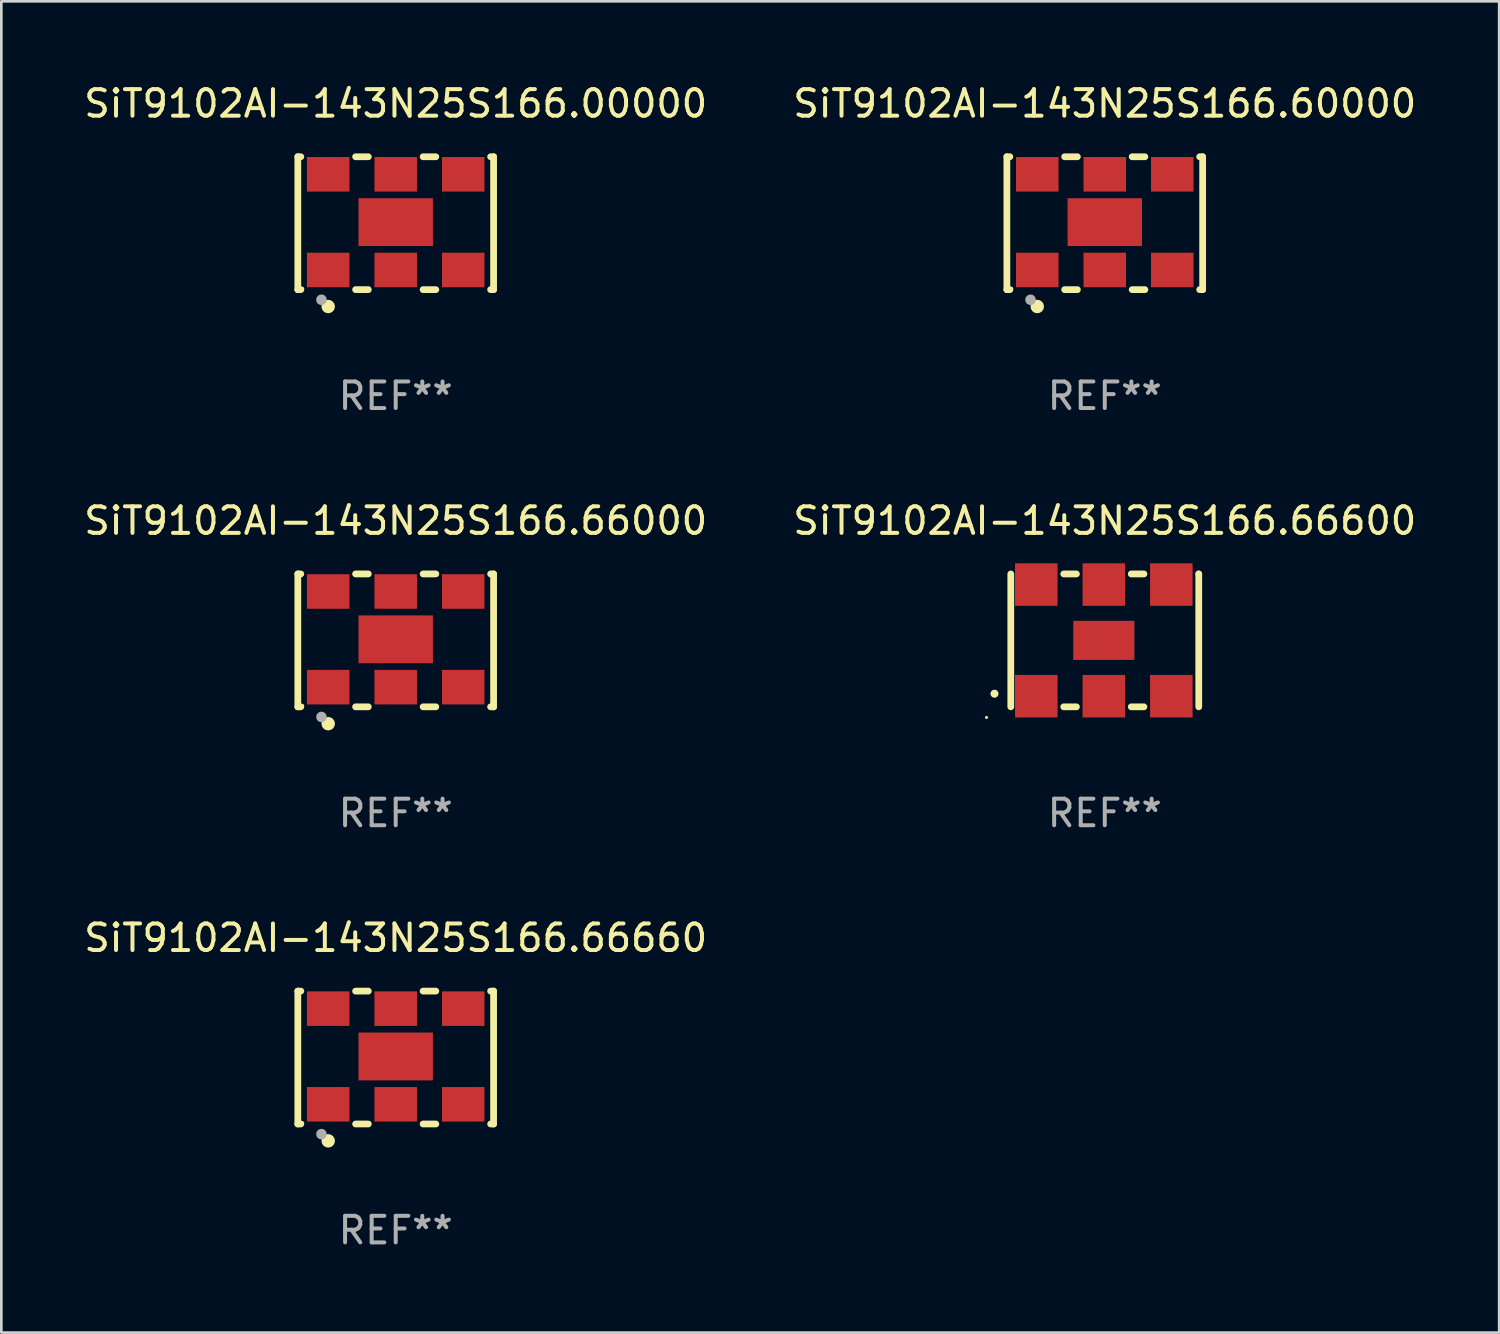
<source format=kicad_pcb>
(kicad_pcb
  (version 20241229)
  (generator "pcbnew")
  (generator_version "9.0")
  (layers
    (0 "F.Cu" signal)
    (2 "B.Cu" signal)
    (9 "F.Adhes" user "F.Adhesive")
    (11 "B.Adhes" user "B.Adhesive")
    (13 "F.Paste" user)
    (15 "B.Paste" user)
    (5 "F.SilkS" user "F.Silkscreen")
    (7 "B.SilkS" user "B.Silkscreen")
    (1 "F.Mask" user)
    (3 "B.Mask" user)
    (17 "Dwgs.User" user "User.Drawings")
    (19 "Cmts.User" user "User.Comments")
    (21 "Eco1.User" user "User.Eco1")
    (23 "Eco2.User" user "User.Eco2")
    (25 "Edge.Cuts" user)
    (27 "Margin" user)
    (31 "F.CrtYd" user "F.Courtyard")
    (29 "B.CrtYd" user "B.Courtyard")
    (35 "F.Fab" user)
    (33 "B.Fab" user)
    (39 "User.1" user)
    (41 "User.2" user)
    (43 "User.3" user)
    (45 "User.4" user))
  (footprint "SiT9102AI-143N25S166.60000"
    (layer "F.Cu")
    (at 38.518 5.348)
    (property "Reference" "SiT9102AI-143N25S166.60000" (at 0 -4.5 0) (layer "F.SilkS") (effects (font (size 1 1) (thickness 0.15))))
    (attr through_hole)
    (fp_line (start -3.683 -2.5) (end -3.571 -2.5) (stroke (width 0.254) (type solid)) (layer "F.SilkS"))
    (fp_line (start -3.683 2.5) (end -3.683 -2.5) (stroke (width 0.254) (type solid)) (layer "F.SilkS"))
    (fp_line (start -3.683 2.5) (end -3.571 2.5) (stroke (width 0.254) (type solid)) (layer "F.SilkS"))
    (fp_line (start -1.509 -2.5) (end -1.031 -2.5) (stroke (width 0.254) (type solid)) (layer "F.SilkS"))
    (fp_line (start -1.509 2.5) (end -1.031 2.5) (stroke (width 0.254) (type solid)) (layer "F.SilkS"))
    (fp_line (start 1.031 -2.5) (end 1.509 -2.5) (stroke (width 0.254) (type solid)) (layer "F.SilkS"))
    (fp_line (start 1.031 2.5) (end 1.509 2.5) (stroke (width 0.254) (type solid)) (layer "F.SilkS"))
    (fp_line (start 3.571 -2.5) (end 3.683 -2.5) (stroke (width 0.254) (type solid)) (layer "F.SilkS"))
    (fp_line (start 3.571 2.5) (end 3.683 2.5) (stroke (width 0.254) (type solid)) (layer "F.SilkS"))
    (fp_line (start 3.683 2.5) (end 3.683 -2.5) (stroke (width 0.254) (type solid)) (layer "F.SilkS"))
    (fp_circle (center -3.5 2.46) (end -3.47 2.46) (stroke (width 0.06) (type solid)) (fill no) (layer "F.SilkS"))
    (fp_circle (center -2.54 3.135) (end -2.413 3.135) (stroke (width 0.254) (type solid)) (fill no) (layer "F.SilkS"))
    (fp_circle (center -2.794 2.881) (end -2.694 2.881) (stroke (width 0.2) (type solid)) (fill no) (layer "F.Fab"))
    (fp_text user "REF**" (at 0 6.5 0) (layer "F.Fab") (effects (font (size 1 1) (thickness 0.15))))
    (pad "1" smd rect (at -2.54 1.76) (size 1.6 1.3) (layers "F.Cu" "F.Mask" "F.Paste"))
    (pad "2" smd rect (at 0 1.76) (size 1.6 1.3) (layers "F.Cu" "F.Mask" "F.Paste"))
    (pad "3" smd rect (at 2.54 1.76) (size 1.6 1.3) (layers "F.Cu" "F.Mask" "F.Paste"))
    (pad "4" smd rect (at 2.54 -1.84) (size 1.6 1.3) (layers "F.Cu" "F.Mask" "F.Paste"))
    (pad "5" smd rect (at 0 -1.84) (size 1.6 1.3) (layers "F.Cu" "F.Mask" "F.Paste"))
    (pad "6" smd rect (at -2.54 -1.84) (size 1.6 1.3) (layers "F.Cu" "F.Mask" "F.Paste"))
    (pad "7" smd rect (at 0 -0.04) (size 2.8 1.8) (layers "F.Cu" "F.Mask" "F.Paste")))
  (footprint "SiT9102AI-143N25S166.66000"
    (layer "F.Cu")
    (at 11.839 21.045)
    (property "Reference" "SiT9102AI-143N25S166.66000" (at 0 -4.5 0) (layer "F.SilkS") (effects (font (size 1 1) (thickness 0.15))))
    (attr through_hole)
    (fp_line (start -3.683 -2.5) (end -3.571 -2.5) (stroke (width 0.254) (type solid)) (layer "F.SilkS"))
    (fp_line (start -3.683 2.5) (end -3.683 -2.5) (stroke (width 0.254) (type solid)) (layer "F.SilkS"))
    (fp_line (start -3.683 2.5) (end -3.571 2.5) (stroke (width 0.254) (type solid)) (layer "F.SilkS"))
    (fp_line (start -1.509 -2.5) (end -1.031 -2.5) (stroke (width 0.254) (type solid)) (layer "F.SilkS"))
    (fp_line (start -1.509 2.5) (end -1.031 2.5) (stroke (width 0.254) (type solid)) (layer "F.SilkS"))
    (fp_line (start 1.031 -2.5) (end 1.509 -2.5) (stroke (width 0.254) (type solid)) (layer "F.SilkS"))
    (fp_line (start 1.031 2.5) (end 1.509 2.5) (stroke (width 0.254) (type solid)) (layer "F.SilkS"))
    (fp_line (start 3.571 -2.5) (end 3.683 -2.5) (stroke (width 0.254) (type solid)) (layer "F.SilkS"))
    (fp_line (start 3.571 2.5) (end 3.683 2.5) (stroke (width 0.254) (type solid)) (layer "F.SilkS"))
    (fp_line (start 3.683 2.5) (end 3.683 -2.5) (stroke (width 0.254) (type solid)) (layer "F.SilkS"))
    (fp_circle (center -3.5 2.46) (end -3.47 2.46) (stroke (width 0.06) (type solid)) (fill no) (layer "F.SilkS"))
    (fp_circle (center -2.54 3.135) (end -2.413 3.135) (stroke (width 0.254) (type solid)) (fill no) (layer "F.SilkS"))
    (fp_circle (center -2.794 2.881) (end -2.694 2.881) (stroke (width 0.2) (type solid)) (fill no) (layer "F.Fab"))
    (fp_text user "REF**" (at 0 6.5 0) (layer "F.Fab") (effects (font (size 1 1) (thickness 0.15))))
    (pad "1" smd rect (at -2.54 1.76) (size 1.6 1.3) (layers "F.Cu" "F.Mask" "F.Paste"))
    (pad "2" smd rect (at 0 1.76) (size 1.6 1.3) (layers "F.Cu" "F.Mask" "F.Paste"))
    (pad "3" smd rect (at 2.54 1.76) (size 1.6 1.3) (layers "F.Cu" "F.Mask" "F.Paste"))
    (pad "4" smd rect (at 2.54 -1.84) (size 1.6 1.3) (layers "F.Cu" "F.Mask" "F.Paste"))
    (pad "5" smd rect (at 0 -1.84) (size 1.6 1.3) (layers "F.Cu" "F.Mask" "F.Paste"))
    (pad "6" smd rect (at -2.54 -1.84) (size 1.6 1.3) (layers "F.Cu" "F.Mask" "F.Paste"))
    (pad "7" smd rect (at 0 -0.04) (size 2.8 1.8) (layers "F.Cu" "F.Mask" "F.Paste")))
  (footprint "SiT9102AI-143N25S166.66600"
    (layer "F.Cu")
    (at 38.518 21.045)
    (property "Reference" "SiT9102AI-143N25S166.66600" (at 0 -4.5 0) (layer "F.SilkS") (effects (font (size 1 1) (thickness 0.15))))
    (attr through_hole)
    (fp_line (start -3.536 -2.5) (end -3.536 2.5) (stroke (width 0.254) (type solid)) (layer "F.SilkS"))
    (fp_line (start -1.544 2.5) (end -1.067 2.5) (stroke (width 0.254) (type solid)) (layer "F.SilkS"))
    (fp_line (start -1.067 -2.5) (end -1.544 -2.5) (stroke (width 0.254) (type solid)) (layer "F.SilkS"))
    (fp_line (start 0.996 2.5) (end 1.473 2.5) (stroke (width 0.254) (type solid)) (layer "F.SilkS"))
    (fp_line (start 1.473 -2.5) (end 0.996 -2.5) (stroke (width 0.254) (type solid)) (layer "F.SilkS"))
    (fp_line (start 3.536 -2.5) (end 3.536 -2.5) (stroke (width 0.254) (type solid)) (layer "F.SilkS"))
    (fp_line (start 3.536 2.5) (end 3.536 -2.5) (stroke (width 0.254) (type solid)) (layer "F.SilkS"))
    (fp_arc (start -4.150432 2.006604) (mid -4.149162 2.006599) (end -4.147892 2.006604) (stroke (width 0.3) (type solid)) (layer "F.SilkS"))
    (fp_circle (center -4.449 2.9) (end -4.419 2.9) (stroke (width 0.06) (type solid)) (fill no) (layer "F.SilkS"))
    (fp_text user "REF**" (at 0 6.5 0) (layer "F.Fab") (effects (font (size 1 1) (thickness 0.15))))
    (pad "1" smd rect (at -2.576 2.1) (size 1.6 1.6) (layers "F.Cu" "F.Mask" "F.Paste"))
    (pad "2" smd rect (at -0.036 2.1) (size 1.6 1.6) (layers "F.Cu" "F.Mask" "F.Paste"))
    (pad "3" smd rect (at 2.504 2.1) (size 1.6 1.6) (layers "F.Cu" "F.Mask" "F.Paste"))
    (pad "4" smd rect (at 2.504 -2.1) (size 1.6 1.6) (layers "F.Cu" "F.Mask" "F.Paste"))
    (pad "5" smd rect (at -0.036 -2.1) (size 1.6 1.6) (layers "F.Cu" "F.Mask" "F.Paste"))
    (pad "6" smd rect (at -2.576 -2.1) (size 1.6 1.6) (layers "F.Cu" "F.Mask" "F.Paste"))
    (pad "7" smd rect (at -0.036 0) (size 2.3 1.47) (layers "F.Cu" "F.Mask" "F.Paste")))
  (footprint "SiT9102AI-143N25S166.66660"
    (layer "F.Cu")
    (at 11.839 36.741)
    (property "Reference" "SiT9102AI-143N25S166.66660" (at 0 -4.5 0) (layer "F.SilkS") (effects (font (size 1 1) (thickness 0.15))))
    (attr through_hole)
    (fp_line (start -3.683 -2.5) (end -3.571 -2.5) (stroke (width 0.254) (type solid)) (layer "F.SilkS"))
    (fp_line (start -3.683 2.5) (end -3.683 -2.5) (stroke (width 0.254) (type solid)) (layer "F.SilkS"))
    (fp_line (start -3.683 2.5) (end -3.571 2.5) (stroke (width 0.254) (type solid)) (layer "F.SilkS"))
    (fp_line (start -1.509 -2.5) (end -1.031 -2.5) (stroke (width 0.254) (type solid)) (layer "F.SilkS"))
    (fp_line (start -1.509 2.5) (end -1.031 2.5) (stroke (width 0.254) (type solid)) (layer "F.SilkS"))
    (fp_line (start 1.031 -2.5) (end 1.509 -2.5) (stroke (width 0.254) (type solid)) (layer "F.SilkS"))
    (fp_line (start 1.031 2.5) (end 1.509 2.5) (stroke (width 0.254) (type solid)) (layer "F.SilkS"))
    (fp_line (start 3.571 -2.5) (end 3.683 -2.5) (stroke (width 0.254) (type solid)) (layer "F.SilkS"))
    (fp_line (start 3.571 2.5) (end 3.683 2.5) (stroke (width 0.254) (type solid)) (layer "F.SilkS"))
    (fp_line (start 3.683 2.5) (end 3.683 -2.5) (stroke (width 0.254) (type solid)) (layer "F.SilkS"))
    (fp_circle (center -3.5 2.46) (end -3.47 2.46) (stroke (width 0.06) (type solid)) (fill no) (layer "F.SilkS"))
    (fp_circle (center -2.54 3.135) (end -2.413 3.135) (stroke (width 0.254) (type solid)) (fill no) (layer "F.SilkS"))
    (fp_circle (center -2.794 2.881) (end -2.694 2.881) (stroke (width 0.2) (type solid)) (fill no) (layer "F.Fab"))
    (fp_text user "REF**" (at 0 6.5 0) (layer "F.Fab") (effects (font (size 1 1) (thickness 0.15))))
    (pad "1" smd rect (at -2.54 1.76) (size 1.6 1.3) (layers "F.Cu" "F.Mask" "F.Paste"))
    (pad "2" smd rect (at 0 1.76) (size 1.6 1.3) (layers "F.Cu" "F.Mask" "F.Paste"))
    (pad "3" smd rect (at 2.54 1.76) (size 1.6 1.3) (layers "F.Cu" "F.Mask" "F.Paste"))
    (pad "4" smd rect (at 2.54 -1.84) (size 1.6 1.3) (layers "F.Cu" "F.Mask" "F.Paste"))
    (pad "5" smd rect (at 0 -1.84) (size 1.6 1.3) (layers "F.Cu" "F.Mask" "F.Paste"))
    (pad "6" smd rect (at -2.54 -1.84) (size 1.6 1.3) (layers "F.Cu" "F.Mask" "F.Paste"))
    (pad "7" smd rect (at 0 -0.04) (size 2.8 1.8) (layers "F.Cu" "F.Mask" "F.Paste")))
  (footprint "SiT9102AI-143N25S166.00000"
    (layer "F.Cu")
    (at 11.839 5.348)
    (property "Reference" "SiT9102AI-143N25S166.00000" (at 0 -4.5 0) (layer "F.SilkS") (effects (font (size 1 1) (thickness 0.15))))
    (attr through_hole)
    (fp_line (start -3.683 -2.5) (end -3.571 -2.5) (stroke (width 0.254) (type solid)) (layer "F.SilkS"))
    (fp_line (start -3.683 2.5) (end -3.683 -2.5) (stroke (width 0.254) (type solid)) (layer "F.SilkS"))
    (fp_line (start -3.683 2.5) (end -3.571 2.5) (stroke (width 0.254) (type solid)) (layer "F.SilkS"))
    (fp_line (start -1.509 -2.5) (end -1.031 -2.5) (stroke (width 0.254) (type solid)) (layer "F.SilkS"))
    (fp_line (start -1.509 2.5) (end -1.031 2.5) (stroke (width 0.254) (type solid)) (layer "F.SilkS"))
    (fp_line (start 1.031 -2.5) (end 1.509 -2.5) (stroke (width 0.254) (type solid)) (layer "F.SilkS"))
    (fp_line (start 1.031 2.5) (end 1.509 2.5) (stroke (width 0.254) (type solid)) (layer "F.SilkS"))
    (fp_line (start 3.571 -2.5) (end 3.683 -2.5) (stroke (width 0.254) (type solid)) (layer "F.SilkS"))
    (fp_line (start 3.571 2.5) (end 3.683 2.5) (stroke (width 0.254) (type solid)) (layer "F.SilkS"))
    (fp_line (start 3.683 2.5) (end 3.683 -2.5) (stroke (width 0.254) (type solid)) (layer "F.SilkS"))
    (fp_circle (center -3.5 2.46) (end -3.47 2.46) (stroke (width 0.06) (type solid)) (fill no) (layer "F.SilkS"))
    (fp_circle (center -2.54 3.135) (end -2.413 3.135) (stroke (width 0.254) (type solid)) (fill no) (layer "F.SilkS"))
    (fp_circle (center -2.794 2.881) (end -2.694 2.881) (stroke (width 0.2) (type solid)) (fill no) (layer "F.Fab"))
    (fp_text user "REF**" (at 0 6.5 0) (layer "F.Fab") (effects (font (size 1 1) (thickness 0.15))))
    (pad "1" smd rect (at -2.54 1.76) (size 1.6 1.3) (layers "F.Cu" "F.Mask" "F.Paste"))
    (pad "2" smd rect (at 0 1.76) (size 1.6 1.3) (layers "F.Cu" "F.Mask" "F.Paste"))
    (pad "3" smd rect (at 2.54 1.76) (size 1.6 1.3) (layers "F.Cu" "F.Mask" "F.Paste"))
    (pad "4" smd rect (at 2.54 -1.84) (size 1.6 1.3) (layers "F.Cu" "F.Mask" "F.Paste"))
    (pad "5" smd rect (at 0 -1.84) (size 1.6 1.3) (layers "F.Cu" "F.Mask" "F.Paste"))
    (pad "6" smd rect (at -2.54 -1.84) (size 1.6 1.3) (layers "F.Cu" "F.Mask" "F.Paste"))
    (pad "7" smd rect (at 0 -0.04) (size 2.8 1.8) (layers "F.Cu" "F.Mask" "F.Paste")))
  (gr_rect
    (start -3 -3)
    (end 53.357 47.09)
    (stroke (width 0.1) (type default))
    (fill no)
    (layer "Edge.Cuts")))
</source>
